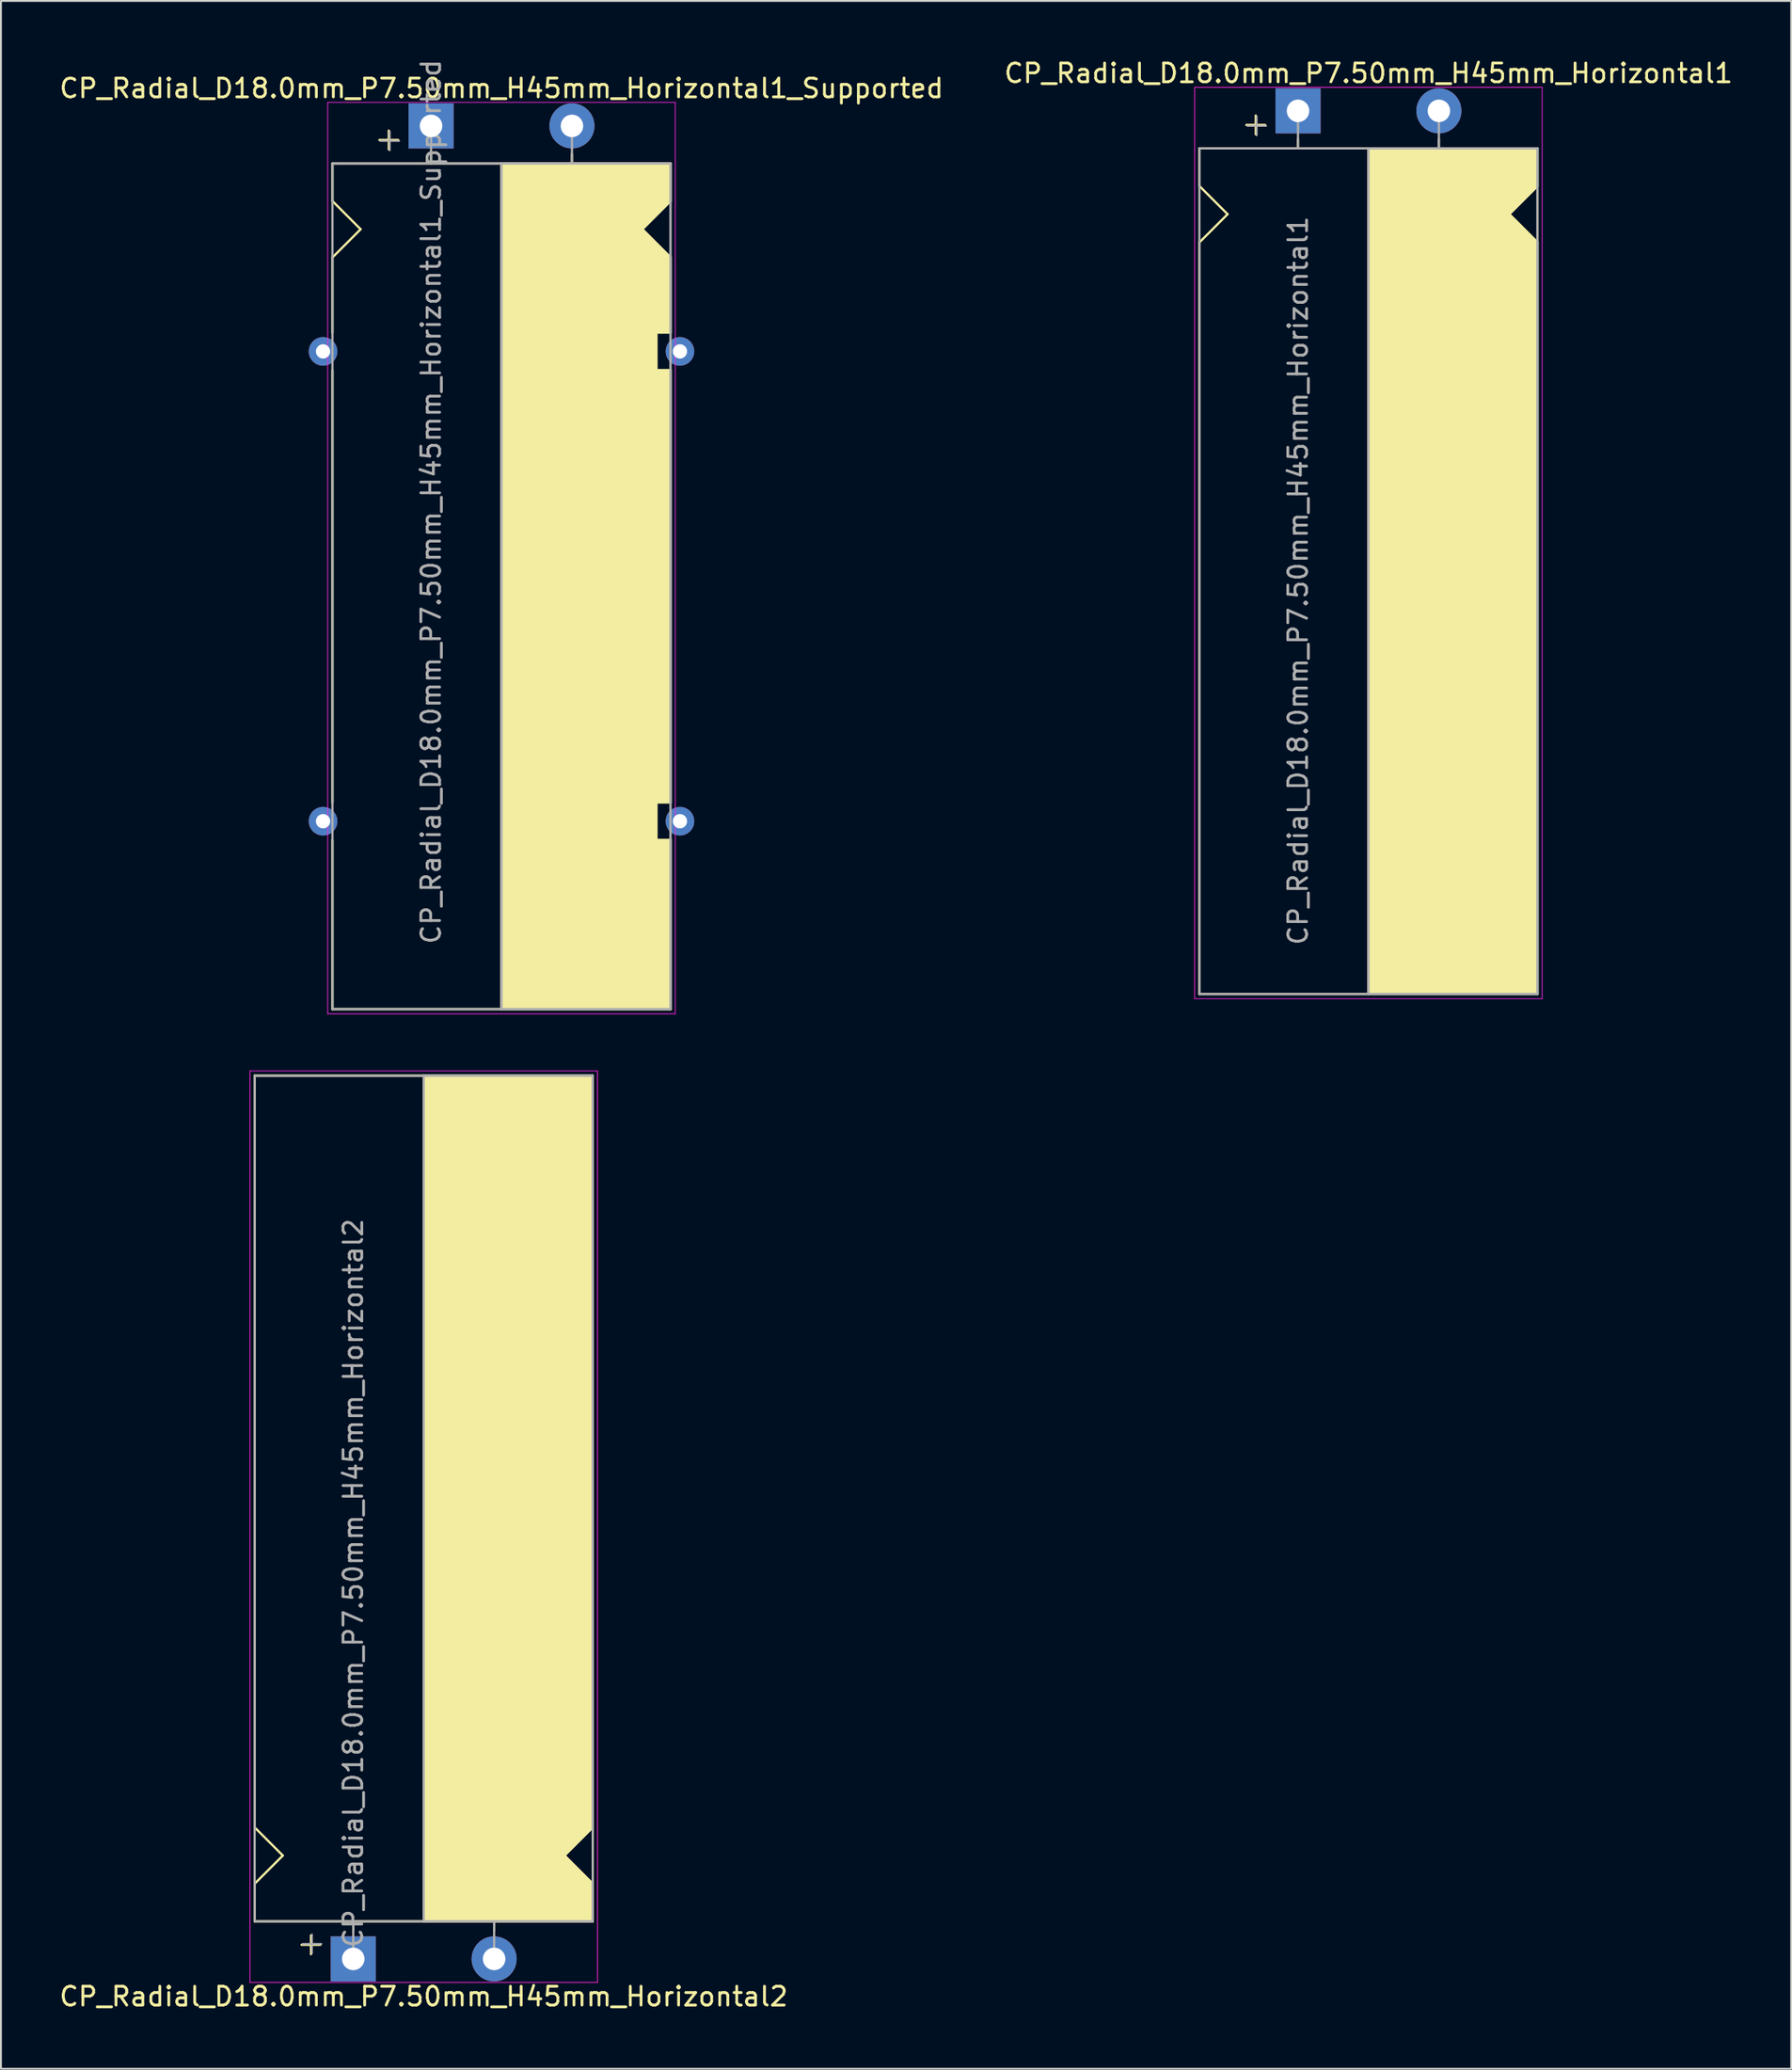
<source format=kicad_pcb>
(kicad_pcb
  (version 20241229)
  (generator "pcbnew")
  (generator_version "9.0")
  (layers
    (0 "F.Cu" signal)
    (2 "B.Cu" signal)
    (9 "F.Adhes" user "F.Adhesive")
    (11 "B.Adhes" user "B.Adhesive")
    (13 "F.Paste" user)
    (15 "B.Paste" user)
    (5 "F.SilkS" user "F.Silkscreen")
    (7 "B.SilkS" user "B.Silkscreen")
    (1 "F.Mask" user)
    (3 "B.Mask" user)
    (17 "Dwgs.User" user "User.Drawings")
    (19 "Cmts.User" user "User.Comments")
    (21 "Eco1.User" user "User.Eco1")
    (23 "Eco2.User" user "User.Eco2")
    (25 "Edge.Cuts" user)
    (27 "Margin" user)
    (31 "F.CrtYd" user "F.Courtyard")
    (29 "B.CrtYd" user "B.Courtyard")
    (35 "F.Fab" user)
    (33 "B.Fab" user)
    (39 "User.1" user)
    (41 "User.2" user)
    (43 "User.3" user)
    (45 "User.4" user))
  (footprint "CP_Radial_D18.0mm_P7.50mm_H45mm_Horizontal1_Supported"
    (layer "F.Cu")
    (at 19.899 3.649)
    (property "Reference" "CP_Radial_D18.0mm_P7.50mm_H45mm_Horizontal1_Supported" (at 3.75 -2 0) (layer "F.SilkS") (effects (font (size 1 1) (thickness 0.15))))
    (attr through_hole)
    (fp_line (start -5.25 2) (end -5.25 4) (stroke (width 0.12) (type solid)) (layer "F.SilkS"))
    (fp_line (start -5.25 2) (end 12.75 2) (stroke (width 0.12) (type solid)) (layer "F.SilkS"))
    (fp_line (start -5.25 4) (end -3.75 5.5) (stroke (width 0.12) (type solid)) (layer "F.SilkS"))
    (fp_line (start -5.25 7) (end -3.75 5.5) (stroke (width 0.12) (type solid)) (layer "F.SilkS"))
    (fp_line (start -5.25 11) (end -5.25 7) (stroke (width 0.12) (type solid)) (layer "F.SilkS"))
    (fp_line (start -5.25 13) (end -5.25 36) (stroke (width 0.12) (type solid)) (layer "F.SilkS"))
    (fp_line (start -5.25 38) (end -5.25 47) (stroke (width 0.12) (type solid)) (layer "F.SilkS"))
    (fp_line (start -5.25 47) (end 12.75 47) (stroke (width 0.12) (type solid)) (layer "F.SilkS"))
    (fp_line (start -2.25 0.25) (end -2.25 1.25) (stroke (width 0.12) (type solid)) (layer "F.SilkS"))
    (fp_line (start -1.75 0.75) (end -2.75 0.75) (stroke (width 0.12) (type solid)) (layer "F.SilkS"))
    (fp_line (start 0 1.5) (end 0 2) (stroke (width 0.12) (type solid)) (layer "F.SilkS"))
    (fp_line (start 3.75 2) (end 3.75 47) (stroke (width 0.12) (type solid)) (layer "F.SilkS"))
    (fp_line (start 7.5 1.5) (end 7.5 2) (stroke (width 0.12) (type solid)) (layer "F.SilkS"))
    (fp_line (start 12 11) (end 12 13) (stroke (width 0.12) (type solid)) (layer "F.SilkS"))
    (fp_line (start 12 13) (end 12.75 13) (stroke (width 0.12) (type solid)) (layer "F.SilkS"))
    (fp_line (start 12 36) (end 12 38) (stroke (width 0.12) (type solid)) (layer "F.SilkS"))
    (fp_line (start 12 38) (end 12.75 38) (stroke (width 0.12) (type solid)) (layer "F.SilkS"))
    (fp_line (start 12.25 11) (end 12 11) (stroke (width 0.12) (type solid)) (layer "F.SilkS"))
    (fp_line (start 12.75 2) (end 12.75 4) (stroke (width 0.12) (type solid)) (layer "F.SilkS"))
    (fp_line (start 12.75 4) (end 11.25 5.5) (stroke (width 0.12) (type solid)) (layer "F.SilkS"))
    (fp_line (start 12.75 7) (end 11.25 5.5) (stroke (width 0.12) (type solid)) (layer "F.SilkS"))
    (fp_line (start 12.75 11) (end 12.25 11) (stroke (width 0.12) (type solid)) (layer "F.SilkS"))
    (fp_line (start 12.75 11) (end 12.75 7) (stroke (width 0.12) (type solid)) (layer "F.SilkS"))
    (fp_line (start 12.75 13) (end 12.75 36) (stroke (width 0.12) (type solid)) (layer "F.SilkS"))
    (fp_line (start 12.75 36) (end 12 36) (stroke (width 0.12) (type solid)) (layer "F.SilkS"))
    (fp_line (start 12.75 38) (end 12.75 47) (stroke (width 0.12) (type solid)) (layer "F.SilkS"))
    (fp_poly (pts (xy 12.75 4) (xy 11.25 5.5) (xy 12.75 7) (xy 12.75 11) (xy 12 11) (xy 12 13) (xy 12.75 13) (xy 12.75 36) (xy 12 36) (xy 12 38) (xy 12.75 38) (xy 12.75 47) (xy 3.75 47) (xy 3.75 2) (xy 12.75 2)) (stroke (width 0.1) (type solid)) (fill yes) (layer "F.SilkS"))
    (fp_line (start -5.5 -1.25) (end -5.5 47.25) (stroke (width 0.04) (type solid)) (layer "F.CrtYd"))
    (fp_line (start -5.5 47.25) (end 13 47.25) (stroke (width 0.04) (type solid)) (layer "F.CrtYd"))
    (fp_line (start 13 -1.25) (end -5.5 -1.25) (stroke (width 0.04) (type solid)) (layer "F.CrtYd"))
    (fp_line (start 13 47.25) (end 13 -1.25) (stroke (width 0.04) (type solid)) (layer "F.CrtYd"))
    (fp_line (start -5.25 2) (end -5.25 47) (stroke (width 0.12) (type solid)) (layer "F.Fab"))
    (fp_line (start -5.25 47) (end 12.75 47) (stroke (width 0.12) (type solid)) (layer "F.Fab"))
    (fp_line (start -2.7 0.8) (end -1.7 0.8) (stroke (width 0.1) (type solid)) (layer "F.Fab"))
    (fp_line (start -2.2 1.3) (end -2.2 0.3) (stroke (width 0.1) (type solid)) (layer "F.Fab"))
    (fp_line (start 0 0) (end 0 2) (stroke (width 0.12) (type solid)) (layer "F.Fab"))
    (fp_line (start 3.75 2) (end 3.75 47) (stroke (width 0.12) (type solid)) (layer "F.Fab"))
    (fp_line (start 7.5 0) (end 7.5 2) (stroke (width 0.12) (type solid)) (layer "F.Fab"))
    (fp_line (start 12.75 2) (end -5.25 2) (stroke (width 0.12) (type solid)) (layer "F.Fab"))
    (fp_line (start 12.75 47) (end 12.75 2) (stroke (width 0.12) (type solid)) (layer "F.Fab"))
    (fp_poly (pts (xy 12.75 47) (xy 3.75 47) (xy 3.75 2) (xy 12.75 2)) (stroke (width 0.1) (type solid)) (fill no) (layer "F.Fab"))
    (fp_text user "${REFERENCE}" (at 0 20 90) (layer "F.Fab") (effects (font (size 1 1) (thickness 0.15))))
    (pad "" thru_hole circle (at -5.75 12) (size 1.524 1.524) (drill 0.762) (layers "*.Cu" "*.Mask"))
    (pad "" thru_hole circle (at -5.75 37) (size 1.524 1.524) (drill 0.762) (layers "*.Cu" "*.Mask"))
    (pad "" thru_hole circle (at 13.25 12) (size 1.524 1.524) (drill 0.762) (layers "*.Cu" "*.Mask"))
    (pad "" thru_hole circle (at 13.25 37) (size 1.524 1.524) (drill 0.762) (layers "*.Cu" "*.Mask"))
    (pad "1" thru_hole rect (at 0 0) (size 2.4 2.4) (drill 1.2) (layers "*.Cu" "*.Mask"))
    (pad "2" thru_hole circle (at 7.5 0) (size 2.4 2.4) (drill 1.2) (layers "*.Cu" "*.Mask")))
  (footprint "CP_Radial_D18.0mm_P7.50mm_H45mm_Horizontal2"
    (layer "F.Cu")
    (at 15.756 101.189)
    (property "Reference" "CP_Radial_D18.0mm_P7.50mm_H45mm_Horizontal2" (at 3.75 2 0) (layer "F.SilkS") (effects (font (size 1 1) (thickness 0.15))))
    (attr through_hole)
    (fp_line (start -5.25 -47) (end 12.75 -47) (stroke (width 0.12) (type solid)) (layer "F.SilkS"))
    (fp_line (start -5.25 -7) (end -5.25 -47) (stroke (width 0.12) (type solid)) (layer "F.SilkS"))
    (fp_line (start -5.25 -7) (end -3.75 -5.5) (stroke (width 0.12) (type solid)) (layer "F.SilkS"))
    (fp_line (start -5.25 -4) (end -3.75 -5.5) (stroke (width 0.12) (type solid)) (layer "F.SilkS"))
    (fp_line (start -5.25 -2) (end -5.25 -4) (stroke (width 0.12) (type solid)) (layer "F.SilkS"))
    (fp_line (start -5.25 -2) (end 12.75 -2) (stroke (width 0.12) (type solid)) (layer "F.SilkS"))
    (fp_line (start -2.25 -1.25) (end -2.25 -0.25) (stroke (width 0.12) (type solid)) (layer "F.SilkS"))
    (fp_line (start -1.75 -0.75) (end -2.75 -0.75) (stroke (width 0.12) (type solid)) (layer "F.SilkS"))
    (fp_line (start 0 -1.5) (end 0 -2) (stroke (width 0.12) (type solid)) (layer "F.SilkS"))
    (fp_line (start 3.75 -2) (end 3.75 -47) (stroke (width 0.12) (type solid)) (layer "F.SilkS"))
    (fp_line (start 7.5 -1.5) (end 7.5 -2) (stroke (width 0.12) (type solid)) (layer "F.SilkS"))
    (fp_line (start 12.75 -47) (end 12.75 -7) (stroke (width 0.12) (type solid)) (layer "F.SilkS"))
    (fp_line (start 12.75 -7) (end 11.25 -5.5) (stroke (width 0.12) (type solid)) (layer "F.SilkS"))
    (fp_line (start 12.75 -4) (end 11.25 -5.5) (stroke (width 0.12) (type solid)) (layer "F.SilkS"))
    (fp_line (start 12.75 -2) (end 12.75 -4) (stroke (width 0.12) (type solid)) (layer "F.SilkS"))
    (fp_poly (pts (xy 12.75 -4) (xy 11.25 -5.5) (xy 12.75 -7) (xy 12.75 -47) (xy 3.75 -47) (xy 3.75 -2) (xy 12.75 -2)) (stroke (width 0.1) (type solid)) (fill yes) (layer "F.SilkS"))
    (fp_line (start -5.5 -47.25) (end 13 -47.25) (stroke (width 0.04) (type solid)) (layer "F.CrtYd"))
    (fp_line (start -5.5 1.25) (end -5.5 -47.25) (stroke (width 0.04) (type solid)) (layer "F.CrtYd"))
    (fp_line (start 13 -47.25) (end 13 1.25) (stroke (width 0.04) (type solid)) (layer "F.CrtYd"))
    (fp_line (start 13 1.25) (end -5.5 1.25) (stroke (width 0.04) (type solid)) (layer "F.CrtYd"))
    (fp_line (start -5.25 -47) (end 12.75 -47) (stroke (width 0.12) (type solid)) (layer "F.Fab"))
    (fp_line (start -5.25 -2) (end -5.25 -47) (stroke (width 0.12) (type solid)) (layer "F.Fab"))
    (fp_line (start -2.7 -0.8) (end -1.7 -0.8) (stroke (width 0.1) (type solid)) (layer "F.Fab"))
    (fp_line (start -2.2 -0.3) (end -2.2 -1.3) (stroke (width 0.1) (type solid)) (layer "F.Fab"))
    (fp_line (start 0 0) (end 0 -2) (stroke (width 0.12) (type solid)) (layer "F.Fab"))
    (fp_line (start 3.75 -2) (end 3.75 -47) (stroke (width 0.12) (type solid)) (layer "F.Fab"))
    (fp_line (start 7.5 0) (end 7.5 -2) (stroke (width 0.12) (type solid)) (layer "F.Fab"))
    (fp_line (start 12.75 -47) (end 12.75 -2) (stroke (width 0.12) (type solid)) (layer "F.Fab"))
    (fp_line (start 12.75 -2) (end -5.25 -2) (stroke (width 0.12) (type solid)) (layer "F.Fab"))
    (fp_poly (pts (xy 12.75 -47) (xy 3.75 -47) (xy 3.75 -2) (xy 12.75 -2)) (stroke (width 0.1) (type solid)) (fill no) (layer "F.Fab"))
    (fp_text user "${REFERENCE}" (at 0 -20 90) (layer "F.Fab") (effects (font (size 1 1) (thickness 0.15))))
    (pad "1" thru_hole rect (at 0 0) (size 2.4 2.4) (drill 1.2) (layers "*.Cu" "*.Mask"))
    (pad "2" thru_hole circle (at 7.5 0) (size 2.4 2.4) (drill 1.2) (layers "*.Cu" "*.Mask")))
  (footprint "CP_Radial_D18.0mm_P7.50mm_H45mm_Horizontal1"
    (layer "F.Cu")
    (at 66.054 2.848)
    (property "Reference" "CP_Radial_D18.0mm_P7.50mm_H45mm_Horizontal1" (at 3.75 -2 0) (layer "F.SilkS") (effects (font (size 1 1) (thickness 0.15))))
    (attr through_hole)
    (fp_line (start -5.25 2) (end -5.25 4) (stroke (width 0.12) (type solid)) (layer "F.SilkS"))
    (fp_line (start -5.25 2) (end 12.75 2) (stroke (width 0.12) (type solid)) (layer "F.SilkS"))
    (fp_line (start -5.25 4) (end -3.75 5.5) (stroke (width 0.12) (type solid)) (layer "F.SilkS"))
    (fp_line (start -5.25 7) (end -5.25 47) (stroke (width 0.12) (type solid)) (layer "F.SilkS"))
    (fp_line (start -5.25 7) (end -3.75 5.5) (stroke (width 0.12) (type solid)) (layer "F.SilkS"))
    (fp_line (start -5.25 47) (end 12.75 47) (stroke (width 0.12) (type solid)) (layer "F.SilkS"))
    (fp_line (start -2.25 0.25) (end -2.25 1.25) (stroke (width 0.12) (type solid)) (layer "F.SilkS"))
    (fp_line (start -1.75 0.75) (end -2.75 0.75) (stroke (width 0.12) (type solid)) (layer "F.SilkS"))
    (fp_line (start 0 1.5) (end 0 2) (stroke (width 0.12) (type solid)) (layer "F.SilkS"))
    (fp_line (start 3.75 2) (end 3.75 47) (stroke (width 0.12) (type solid)) (layer "F.SilkS"))
    (fp_line (start 7.5 1.5) (end 7.5 2) (stroke (width 0.12) (type solid)) (layer "F.SilkS"))
    (fp_line (start 12.75 2) (end 12.75 4) (stroke (width 0.12) (type solid)) (layer "F.SilkS"))
    (fp_line (start 12.75 4) (end 11.25 5.5) (stroke (width 0.12) (type solid)) (layer "F.SilkS"))
    (fp_line (start 12.75 7) (end 11.25 5.5) (stroke (width 0.12) (type solid)) (layer "F.SilkS"))
    (fp_line (start 12.75 47) (end 12.75 7) (stroke (width 0.12) (type solid)) (layer "F.SilkS"))
    (fp_poly (pts (xy 12.75 4) (xy 11.25 5.5) (xy 12.75 7) (xy 12.75 47) (xy 3.75 47) (xy 3.75 2) (xy 12.75 2)) (stroke (width 0.1) (type solid)) (fill yes) (layer "F.SilkS"))
    (fp_line (start -5.5 -1.25) (end -5.5 47.25) (stroke (width 0.04) (type solid)) (layer "F.CrtYd"))
    (fp_line (start -5.5 47.25) (end 13 47.25) (stroke (width 0.04) (type solid)) (layer "F.CrtYd"))
    (fp_line (start 13 -1.25) (end -5.5 -1.25) (stroke (width 0.04) (type solid)) (layer "F.CrtYd"))
    (fp_line (start 13 47.25) (end 13 -1.25) (stroke (width 0.04) (type solid)) (layer "F.CrtYd"))
    (fp_line (start -5.25 2) (end -5.25 47) (stroke (width 0.12) (type solid)) (layer "F.Fab"))
    (fp_line (start -5.25 47) (end 12.75 47) (stroke (width 0.12) (type solid)) (layer "F.Fab"))
    (fp_line (start -2.7 0.8) (end -1.7 0.8) (stroke (width 0.1) (type solid)) (layer "F.Fab"))
    (fp_line (start -2.2 1.3) (end -2.2 0.3) (stroke (width 0.1) (type solid)) (layer "F.Fab"))
    (fp_line (start 0 0) (end 0 2) (stroke (width 0.12) (type solid)) (layer "F.Fab"))
    (fp_line (start 3.75 2) (end 3.75 47) (stroke (width 0.12) (type solid)) (layer "F.Fab"))
    (fp_line (start 7.5 0) (end 7.5 2) (stroke (width 0.12) (type solid)) (layer "F.Fab"))
    (fp_line (start 12.75 2) (end -5.25 2) (stroke (width 0.12) (type solid)) (layer "F.Fab"))
    (fp_line (start 12.75 47) (end 12.75 2) (stroke (width 0.12) (type solid)) (layer "F.Fab"))
    (fp_poly (pts (xy 12.75 47) (xy 3.75 47) (xy 3.75 2) (xy 12.75 2)) (stroke (width 0.1) (type solid)) (fill no) (layer "F.Fab"))
    (fp_text user "${REFERENCE}" (at 0 25 90) (layer "F.Fab") (effects (font (size 1 1) (thickness 0.15))))
    (pad "1" thru_hole rect (at 0 0) (size 2.4 2.4) (drill 1.2) (layers "*.Cu" "*.Mask"))
    (pad "2" thru_hole circle (at 7.5 0) (size 2.4 2.4) (drill 1.2) (layers "*.Cu" "*.Mask")))
  (gr_rect
    (start -3 -3)
    (end 92.31 107.037)
    (stroke (width 0.1) (type default))
    (fill no)
    (layer "Edge.Cuts")))
</source>
